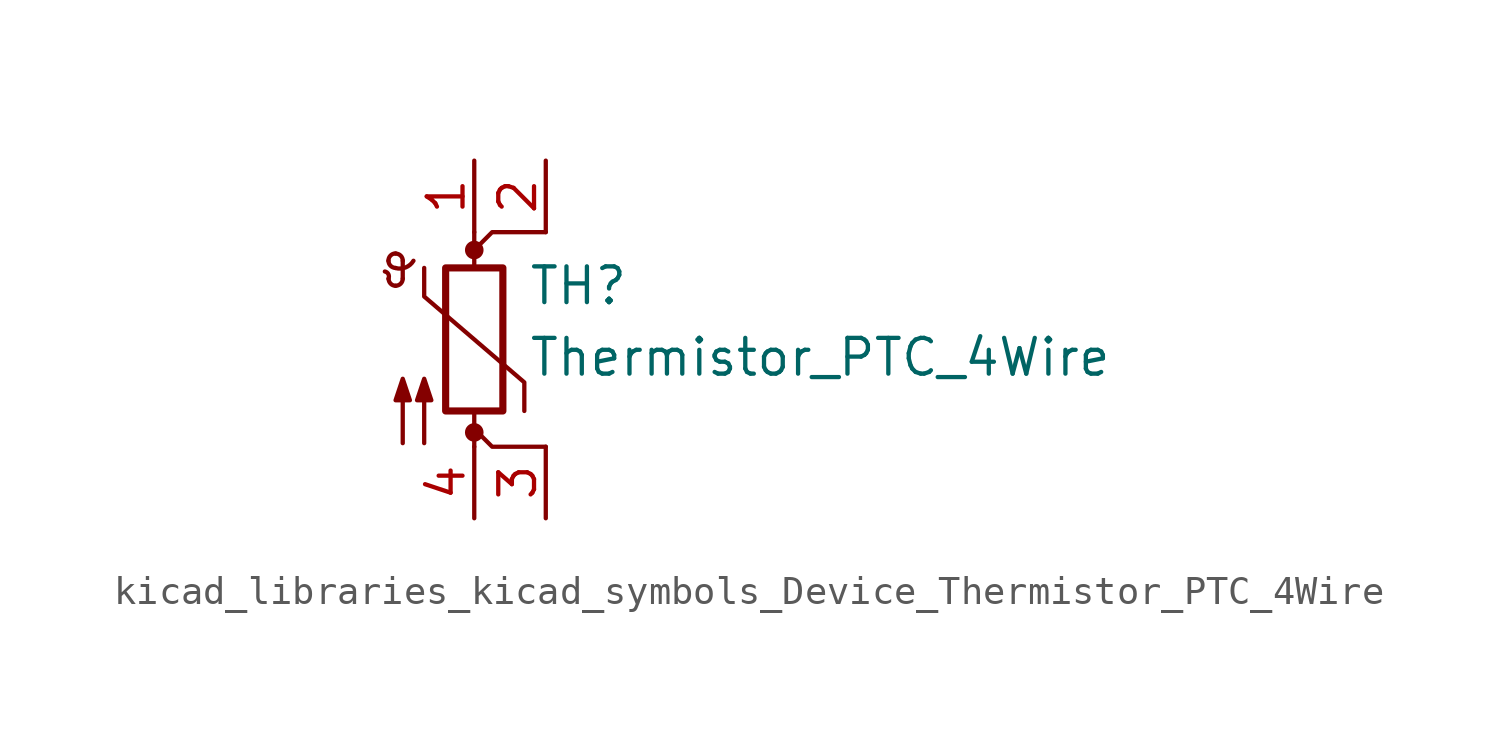
<source format=kicad_sym>
(kicad_symbol_lib
  (version 20220914)
  (generator kicad_symbol_editor)
  (symbol "kicad_libraries_kicad_symbols_Device_Thermistor_PTC_4Wire"
    (pin_names
      (offset 0))
    (property "Reference" "TH"
      (at 1.905 1.905 0)
      (effects (font (size 1.27 1.27)) (justify left)))
    (property "Value" "Thermistor_PTC_4Wire"
      (at 1.905 -0.635 0)
      (effects (font (size 1.27 1.27)) (justify left)))
    (symbol "kicad_libraries_kicad_symbols_Device_Thermistor_PTC_4Wire_0_1"
      (arc (start -3.048 2.159) (mid -3.0495 2.3143) (end -3.175 2.413) (stroke (width 0) (type default)) (fill (type none)))
      (arc (start -3.048 2.159) (mid -2.9736 1.9794) (end -2.794 1.905) (stroke (width 0) (type default)) (fill (type none)))
      (arc (start -3.048 2.794) (mid -2.9736 2.6144) (end -2.794 2.54) (stroke (width 0) (type default)) (fill (type none)))
      (arc (start -2.794 1.905) (mid -2.6144 1.9794) (end -2.54 2.159) (stroke (width 0) (type default)) (fill (type none)))
      (arc (start -2.794 2.54) (mid -2.4393 2.5587) (end -2.159 2.794) (stroke (width 0) (type default)) (fill (type none)))
      (arc (start -2.794 3.048) (mid -2.9736 2.9736) (end -3.048 2.794) (stroke (width 0) (type default)) (fill (type none)))
      (arc (start -2.54 2.794) (mid -2.6144 2.9736) (end -2.794 3.048) (stroke (width 0) (type default)) (fill (type none)))
      (rectangle (start -1.016 2.54) (end 1.016 -2.54) (stroke (width 0.254) (type default)) (fill (type none)))
      (circle (center 0 -3.302) (radius 0.254) (stroke (width 0) (type default)) (fill (type outline)))
      (polyline (pts (xy -2.54 2.159) (xy -2.54 2.794)) (stroke (width 0) (type default)) (fill (type none)))
      (polyline (pts (xy 0 -3.81) (xy 0 -2.54)) (stroke (width 0) (type default)) (fill (type none)))
      (polyline (pts (xy 0 3.175) (xy 0 3.175)) (stroke (width 0) (type default)) (fill (type none)))
      (polyline (pts (xy 0 3.81) (xy 0 2.54)) (stroke (width 0) (type default)) (fill (type none)))
      (polyline (pts (xy 2.54 -3.81) (xy 0.635 -3.81) (xy 0 -3.175)) (stroke (width 0) (type default)) (fill (type none)))
      (polyline (pts (xy 2.54 3.81) (xy 0.635 3.81) (xy 0 3.175)) (stroke (width 0) (type default)) (fill (type none)))
      (polyline (pts (xy -1.778 2.54) (xy -1.778 1.524) (xy 1.778 -1.524) (xy 1.778 -2.54)) (stroke (width 0) (type default)) (fill (type none)))
      (polyline (pts (xy -2.54 -3.683) (xy -2.54 -1.397) (xy -2.794 -2.159) (xy -2.286 -2.159) (xy -2.54 -1.397) (xy -2.54 -1.651)) (stroke (width 0) (type default)) (fill (type outline)))
      (polyline (pts (xy -1.778 -3.683) (xy -1.778 -1.397) (xy -2.032 -2.159) (xy -1.524 -2.159) (xy -1.778 -1.397) (xy -1.778 -1.651)) (stroke (width 0) (type default)) (fill (type outline)))
      (circle (center 0 3.175) (radius 0.254) (stroke (width 0) (type default)) (fill (type outline))))
    (symbol "kicad_libraries_kicad_symbols_Device_Thermistor_PTC_4Wire_1_1"
      (pin passive line (at 0 6.35 270) (length 2.54) (name "~" (effects (font (size 1.27 1.27)))) (number "1" (effects (font (size 1.27 1.27)))))
      (pin passive line (at 2.54 6.35 270) (length 2.54) (name "~" (effects (font (size 1.27 1.27)))) (number "2" (effects (font (size 1.27 1.27)))))
      (pin passive line (at 2.54 -6.35 90) (length 2.54) (name "~" (effects (font (size 1.27 1.27)))) (number "3" (effects (font (size 1.27 1.27)))))
      (pin passive line (at 0 -6.35 90) (length 2.54) (name "~" (effects (font (size 1.27 1.27)))) (number "4" (effects (font (size 1.27 1.27))))))))
</source>
